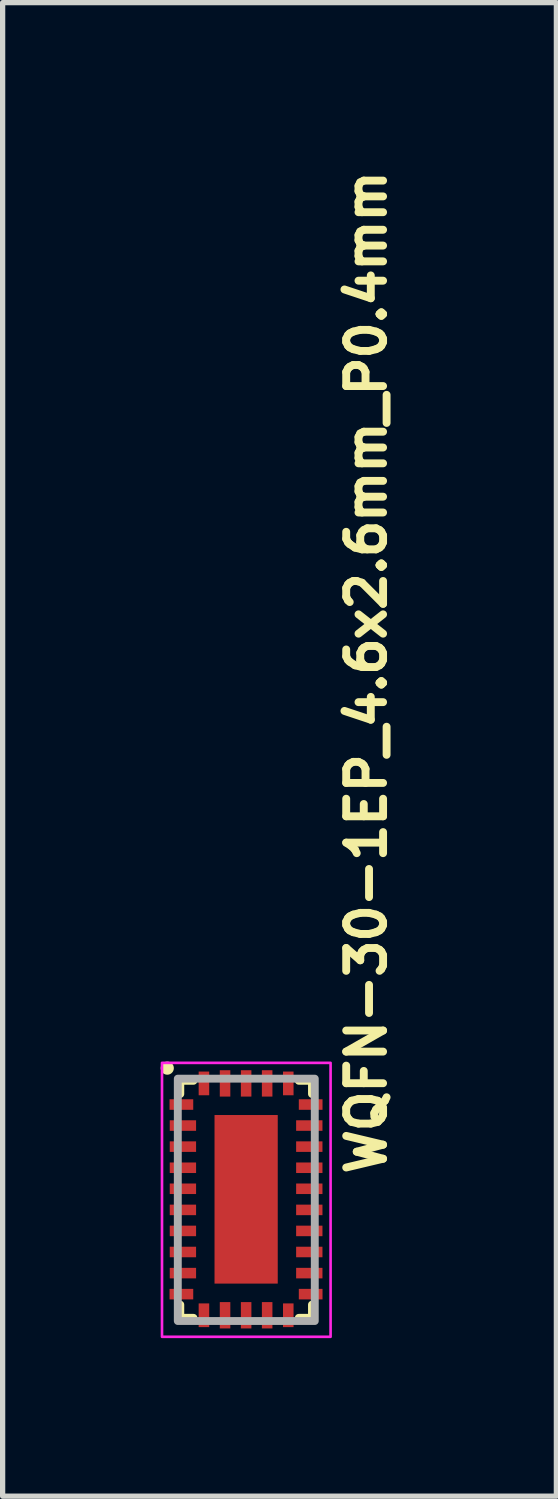
<source format=kicad_pcb>
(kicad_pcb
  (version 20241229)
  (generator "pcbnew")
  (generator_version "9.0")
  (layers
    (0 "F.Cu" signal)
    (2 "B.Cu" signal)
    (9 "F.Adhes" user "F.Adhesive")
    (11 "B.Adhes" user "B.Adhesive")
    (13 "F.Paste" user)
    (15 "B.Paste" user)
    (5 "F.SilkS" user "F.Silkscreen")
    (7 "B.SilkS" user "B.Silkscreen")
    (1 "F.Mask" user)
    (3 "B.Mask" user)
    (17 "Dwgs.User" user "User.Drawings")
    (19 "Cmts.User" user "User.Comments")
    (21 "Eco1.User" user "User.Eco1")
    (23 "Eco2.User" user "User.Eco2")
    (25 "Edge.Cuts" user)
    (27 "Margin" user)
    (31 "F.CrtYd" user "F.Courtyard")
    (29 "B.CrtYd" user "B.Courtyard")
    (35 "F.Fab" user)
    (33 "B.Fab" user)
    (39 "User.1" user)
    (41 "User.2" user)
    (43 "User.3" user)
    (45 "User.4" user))
  (footprint "WQFN-30-1EP_4.6x2.6mm_P0.4mm"
    (layer "F.Cu")
    (at 1.625 19.725)
    (property "Reference" "WQFN-30-1EP_4.6x2.6mm_P0.4mm" (at 2.69 -0.415 90) (layer "F.SilkS") (effects (font (size 0.7 0.7) (thickness 0.15)) (justify left bottom)))
    (attr smd)
    (fp_line (start -1.253 -2.26) (end -1.253 -2.01) (stroke (width 0.15) (type solid)) (layer "F.SilkS"))
    (fp_line (start -1.253 -2.26) (end -1.003 -2.26) (stroke (width 0.15) (type solid)) (layer "F.SilkS"))
    (fp_line (start -1.253 2.24) (end -1.253 1.99) (stroke (width 0.15) (type solid)) (layer "F.SilkS"))
    (fp_line (start -1.253 2.24) (end -1.003 2.24) (stroke (width 0.15) (type solid)) (layer "F.SilkS"))
    (fp_line (start 1.247 -2.26) (end 0.997 -2.26) (stroke (width 0.15) (type solid)) (layer "F.SilkS"))
    (fp_line (start 1.247 -2.26) (end 1.247 -2.01) (stroke (width 0.15) (type solid)) (layer "F.SilkS"))
    (fp_line (start 1.247 2.24) (end 0.997 2.24) (stroke (width 0.15) (type solid)) (layer "F.SilkS"))
    (fp_line (start 1.247 2.24) (end 1.247 1.99) (stroke (width 0.15) (type solid)) (layer "F.SilkS"))
    (fp_circle (center -1.5 -2.5) (end -1.45 -2.5) (stroke (width 0.15) (type solid)) (fill yes) (layer "F.SilkS"))
    (fp_rect (start -1.6 -2.6) (end 1.6 2.6) (stroke (width 0.05) (type solid)) (fill no) (layer "F.CrtYd"))
    (fp_rect (start -1.3 -2.3) (end 1.3 2.3) (stroke (width 0.15) (type solid)) (fill no) (layer "F.Fab"))
    (fp_rect (start -1.301 -2.301) (end 1.3 2.298) (stroke (width 0.1) (type solid)) (fill no) (layer "User.5"))
    (fp_line (start -1.301 -2.301) (end 1.3 -2.301) (stroke (width 0.02) (type solid)) (layer "User.9"))
    (fp_line (start -1.301 2.298) (end -1.301 -2.301) (stroke (width 0.02) (type solid)) (layer "User.9"))
    (fp_line (start 1.3 -2.301) (end 1.3 2.298) (stroke (width 0.02) (type solid)) (layer "User.9"))
    (fp_line (start 1.3 2.298) (end -1.301 2.298) (stroke (width 0.02) (type solid)) (layer "User.9"))
    (pad "1" smd rect (at -1.232 -1.809 90) (size 0.2 0.45) (layers "F.Cu" "F.Mask" "F.Paste"))
    (pad "2" smd rect (at -1.203 -1.41 90) (size 0.2 0.5) (layers "F.Cu" "F.Mask" "F.Paste"))
    (pad "3" smd rect (at -1.203 -1.01 90) (size 0.2 0.5) (layers "F.Cu" "F.Mask" "F.Paste"))
    (pad "4" smd rect (at -1.203 -0.609 90) (size 0.2 0.5) (layers "F.Cu" "F.Mask" "F.Paste"))
    (pad "5" smd rect (at -1.203 -0.21 90) (size 0.2 0.5) (layers "F.Cu" "F.Mask" "F.Paste"))
    (pad "6" smd rect (at -1.203 0.191 90) (size 0.2 0.5) (layers "F.Cu" "F.Mask" "F.Paste"))
    (pad "7" smd rect (at -1.203 0.59 90) (size 0.2 0.5) (layers "F.Cu" "F.Mask" "F.Paste"))
    (pad "8" smd rect (at -1.203 0.99 90) (size 0.2 0.5) (layers "F.Cu" "F.Mask" "F.Paste"))
    (pad "9" smd rect (at -1.203 1.391 90) (size 0.2 0.5) (layers "F.Cu" "F.Mask" "F.Paste"))
    (pad "10" smd rect (at -1.232 1.79 90) (size 0.2 0.45) (layers "F.Cu" "F.Mask" "F.Paste"))
    (pad "11" smd rect (at -0.804 2.191) (size 0.2 0.45) (layers "F.Cu" "F.Mask" "F.Paste"))
    (pad "12" smd rect (at -0.403 2.191) (size 0.2 0.5) (layers "F.Cu" "F.Mask" "F.Paste"))
    (pad "13" smd rect (at -0.003 2.191) (size 0.2 0.5) (layers "F.Cu" "F.Mask" "F.Paste"))
    (pad "14" smd rect (at 0.396 2.191) (size 0.2 0.5) (layers "F.Cu" "F.Mask" "F.Paste"))
    (pad "15" smd rect (at 0.797 2.191) (size 0.2 0.45) (layers "F.Cu" "F.Mask" "F.Paste"))
    (pad "16" smd rect (at 1.222 1.79 90) (size 0.2 0.45) (layers "F.Cu" "F.Mask" "F.Paste"))
    (pad "17" smd rect (at 1.196 1.391 90) (size 0.2 0.5) (layers "F.Cu" "F.Mask" "F.Paste"))
    (pad "18" smd rect (at 1.196 0.99 90) (size 0.2 0.5) (layers "F.Cu" "F.Mask" "F.Paste"))
    (pad "19" smd rect (at 1.196 0.59 90) (size 0.2 0.5) (layers "F.Cu" "F.Mask" "F.Paste"))
    (pad "20" smd rect (at 1.196 0.191 90) (size 0.2 0.5) (layers "F.Cu" "F.Mask" "F.Paste"))
    (pad "21" smd rect (at 1.196 -0.21 90) (size 0.2 0.5) (layers "F.Cu" "F.Mask" "F.Paste"))
    (pad "22" smd rect (at 1.196 -0.609 90) (size 0.2 0.5) (layers "F.Cu" "F.Mask" "F.Paste"))
    (pad "23" smd rect (at 1.196 -1.01 90) (size 0.2 0.5) (layers "F.Cu" "F.Mask" "F.Paste"))
    (pad "24" smd rect (at 1.196 -1.41 90) (size 0.2 0.5) (layers "F.Cu" "F.Mask" "F.Paste"))
    (pad "25" smd rect (at 1.222 -1.809 90) (size 0.2 0.45) (layers "F.Cu" "F.Mask" "F.Paste"))
    (pad "26" smd rect (at 0.797 -2.21) (size 0.2 0.45) (layers "F.Cu" "F.Mask" "F.Paste"))
    (pad "27" smd rect (at 0.396 -2.21) (size 0.2 0.5) (layers "F.Cu" "F.Mask" "F.Paste"))
    (pad "28" smd rect (at -0.003 -2.21) (size 0.2 0.5) (layers "F.Cu" "F.Mask" "F.Paste"))
    (pad "29" smd rect (at -0.403 -2.21) (size 0.2 0.5) (layers "F.Cu" "F.Mask" "F.Paste"))
    (pad "30" smd rect (at -0.804 -2.21) (size 0.2 0.45) (layers "F.Cu" "F.Mask" "F.Paste"))
    (pad "31" smd rect (at -0.003 -0.01) (size 1.2 3.2) (layers "F.Cu" "F.Mask" "F.Paste")))
  (gr_rect
    (start -3 -3)
    (end 7.511 25.35)
    (stroke (width 0.1) (type default))
    (fill no)
    (layer "Edge.Cuts")))
</source>
